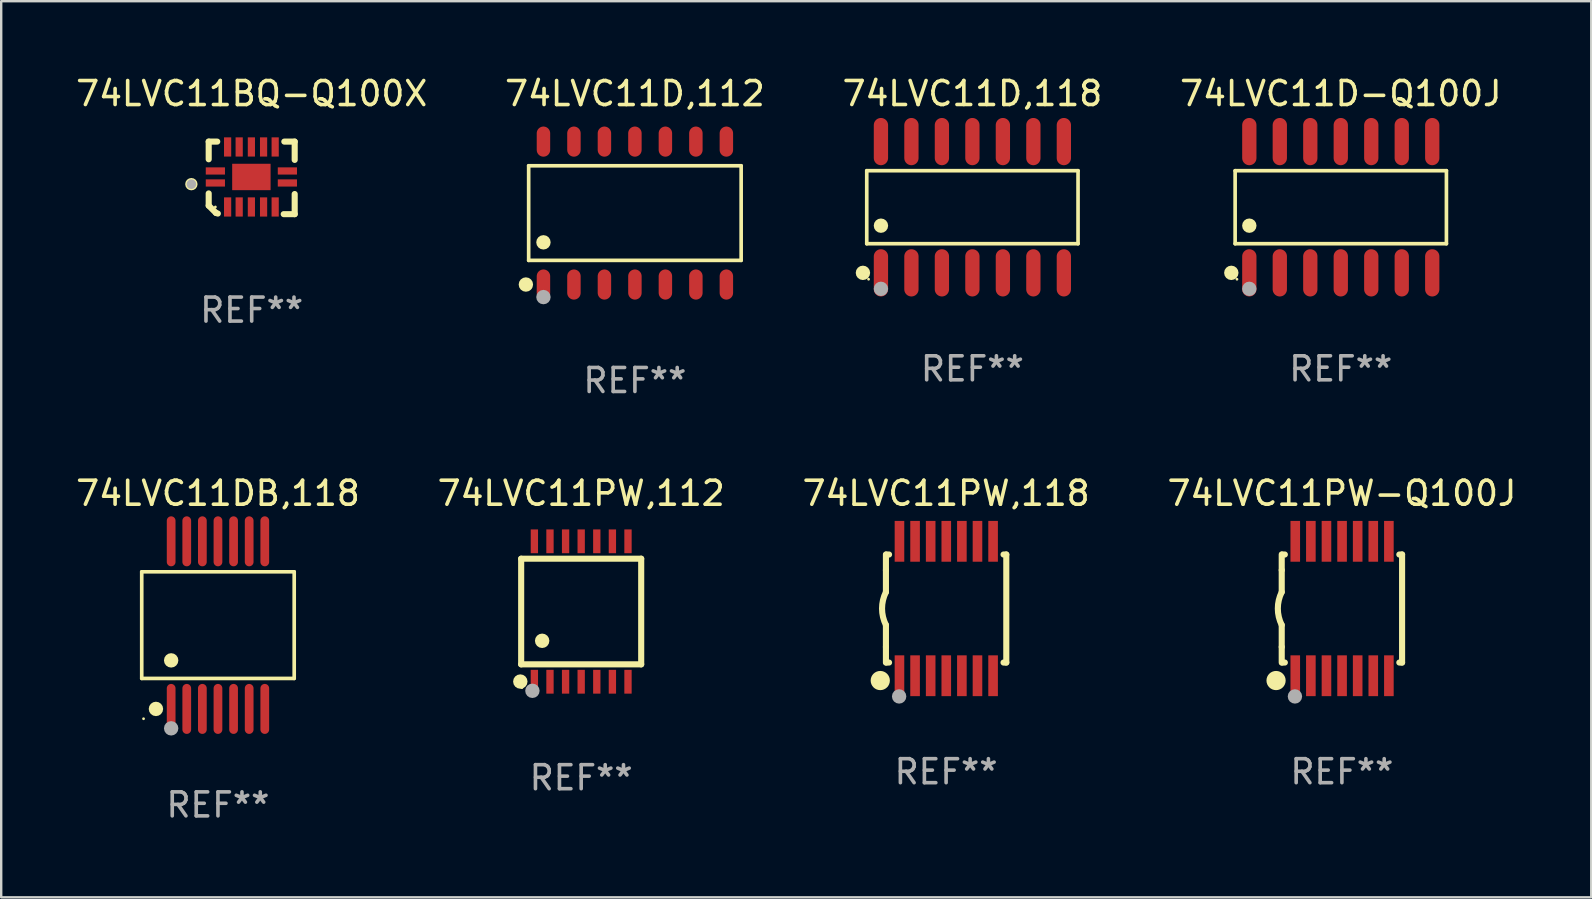
<source format=kicad_pcb>
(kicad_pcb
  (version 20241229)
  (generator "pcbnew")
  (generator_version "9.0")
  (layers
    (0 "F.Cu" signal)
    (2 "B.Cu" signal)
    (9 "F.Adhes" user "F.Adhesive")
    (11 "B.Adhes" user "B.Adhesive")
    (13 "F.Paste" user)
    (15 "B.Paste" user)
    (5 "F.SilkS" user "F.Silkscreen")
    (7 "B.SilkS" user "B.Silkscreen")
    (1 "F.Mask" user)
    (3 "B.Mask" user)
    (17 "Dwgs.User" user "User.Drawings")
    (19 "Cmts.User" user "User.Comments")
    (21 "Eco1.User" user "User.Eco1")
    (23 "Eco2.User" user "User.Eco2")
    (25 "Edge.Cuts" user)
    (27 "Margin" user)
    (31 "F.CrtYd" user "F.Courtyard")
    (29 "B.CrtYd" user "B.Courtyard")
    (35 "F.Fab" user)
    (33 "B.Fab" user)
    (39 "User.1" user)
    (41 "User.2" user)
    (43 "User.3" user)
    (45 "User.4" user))
  (footprint "74LVC11PW,112"
    (layer "F.Cu")
    (at 21.161 22.425)
    (property "Reference" "74LVC11PW,112" (at 0 -4.925 0) (layer "F.SilkS") (effects (font (size 1 1) (thickness 0.15))))
    (attr through_hole)
    (fp_line (start -2.5 2.2) (end -2.5 -2.2) (stroke (width 0.254) (type solid)) (layer "F.SilkS"))
    (fp_line (start -2.5 2.2) (end 2.5 2.2) (stroke (width 0.254) (type solid)) (layer "F.SilkS"))
    (fp_line (start 2.5 -2.2) (end -2.5 -2.2) (stroke (width 0.254) (type solid)) (layer "F.SilkS"))
    (fp_line (start 2.5 -2.2) (end 2.5 2.2) (stroke (width 0.254) (type solid)) (layer "F.SilkS"))
    (fp_circle (center -2.536 2.917) (end -2.386 2.917) (stroke (width 0.3) (type solid)) (fill no) (layer "F.SilkS"))
    (fp_circle (center -2.47 3.17) (end -2.44 3.17) (stroke (width 0.06) (type solid)) (fill no) (layer "F.SilkS"))
    (fp_circle (center -1.626 1.219) (end -1.475 1.219) (stroke (width 0.3) (type solid)) (fill no) (layer "F.SilkS"))
    (fp_circle (center -2.032 3.302) (end -1.882 3.302) (stroke (width 0.3) (type solid)) (fill no) (layer "F.Fab"))
    (fp_text user "REF**" (at 0 6.925 0) (layer "F.Fab") (effects (font (size 1 1) (thickness 0.15))))
    (pad "1" smd rect (at -1.95 2.925) (size 0.305 0.991) (layers "F.Cu" "F.Mask" "F.Paste"))
    (pad "2" smd rect (at -1.3 2.925) (size 0.305 0.991) (layers "F.Cu" "F.Mask" "F.Paste"))
    (pad "3" smd rect (at -0.65 2.925) (size 0.305 0.991) (layers "F.Cu" "F.Mask" "F.Paste"))
    (pad "4" smd rect (at 0 2.925) (size 0.305 0.991) (layers "F.Cu" "F.Mask" "F.Paste"))
    (pad "5" smd rect (at 0.65 2.925) (size 0.305 0.991) (layers "F.Cu" "F.Mask" "F.Paste"))
    (pad "6" smd rect (at 1.3 2.925) (size 0.305 0.991) (layers "F.Cu" "F.Mask" "F.Paste"))
    (pad "7" smd rect (at 1.95 2.925) (size 0.305 0.991) (layers "F.Cu" "F.Mask" "F.Paste"))
    (pad "8" smd rect (at 1.95 -2.925) (size 0.305 0.991) (layers "F.Cu" "F.Mask" "F.Paste"))
    (pad "9" smd rect (at 1.3 -2.925) (size 0.305 0.991) (layers "F.Cu" "F.Mask" "F.Paste"))
    (pad "10" smd rect (at 0.65 -2.925) (size 0.305 0.991) (layers "F.Cu" "F.Mask" "F.Paste"))
    (pad "11" smd rect (at 0 -2.925) (size 0.305 0.991) (layers "F.Cu" "F.Mask" "F.Paste"))
    (pad "12" smd rect (at -0.65 -2.925) (size 0.305 0.991) (layers "F.Cu" "F.Mask" "F.Paste"))
    (pad "13" smd rect (at -1.3 -2.925) (size 0.305 0.991) (layers "F.Cu" "F.Mask" "F.Paste"))
    (pad "14" smd rect (at -1.95 -2.925) (size 0.305 0.991) (layers "F.Cu" "F.Mask" "F.Paste")))
  (footprint "74LVC11PW-Q100J"
    (layer "F.Cu")
    (at 52.851 22.3)
    (property "Reference" "74LVC11PW-Q100J" (at 0 -4.8 0) (layer "F.SilkS") (effects (font (size 1 1) (thickness 0.15))))
    (attr through_hole)
    (fp_line (start -2.507 -1.6) (end -2.507 -2.25) (stroke (width 0.254) (type solid)) (layer "F.SilkS"))
    (fp_line (start -2.507 -0.686) (end -2.507 -1.6) (stroke (width 0.254) (type solid)) (layer "F.SilkS"))
    (fp_line (start -2.507 1.6) (end -2.507 0.686) (stroke (width 0.254) (type solid)) (layer "F.SilkS"))
    (fp_line (start -2.507 1.6) (end -2.507 2.25) (stroke (width 0.254) (type solid)) (layer "F.SilkS"))
    (fp_line (start -2.493 -2.25) (end -2.377 -2.25) (stroke (width 0.254) (type solid)) (layer "F.SilkS"))
    (fp_line (start -2.377 2.25) (end -2.493 2.25) (stroke (width 0.254) (type solid)) (layer "F.SilkS"))
    (fp_line (start 2.392 -2.25) (end 2.507 -2.25) (stroke (width 0.254) (type solid)) (layer "F.SilkS"))
    (fp_line (start 2.507 -2.25) (end 2.507 2.25) (stroke (width 0.254) (type solid)) (layer "F.SilkS"))
    (fp_line (start 2.507 2.25) (end 2.392 2.25) (stroke (width 0.254) (type solid)) (layer "F.SilkS"))
    (fp_arc (start -2.507303 0.685802) (mid -2.669199 0) (end -2.507303 -0.685801) (stroke (width 0.254001) (type solid)) (layer "F.SilkS"))
    (fp_circle (center -2.743 3) (end -2.543 3) (stroke (width 0.4) (type solid)) (fill no) (layer "F.SilkS"))
    (fp_circle (center -2.493 3.2) (end -2.463 3.2) (stroke (width 0.06) (type solid)) (fill no) (layer "F.SilkS"))
    (fp_circle (center -1.957 3.662) (end -1.807 3.662) (stroke (width 0.3) (type solid)) (fill no) (layer "F.Fab"))
    (fp_text user "REF**" (at 0 6.8 0) (layer "F.Fab") (effects (font (size 1 1) (thickness 0.15))))
    (pad "1" smd rect (at -1.943 2.8) (size 0.4 1.7) (layers "F.Cu" "F.Mask" "F.Paste"))
    (pad "2" smd rect (at -1.293 2.8) (size 0.4 1.7) (layers "F.Cu" "F.Mask" "F.Paste"))
    (pad "3" smd rect (at -0.643 2.8) (size 0.4 1.7) (layers "F.Cu" "F.Mask" "F.Paste"))
    (pad "4" smd rect (at 0.007 2.8) (size 0.4 1.7) (layers "F.Cu" "F.Mask" "F.Paste"))
    (pad "5" smd rect (at 0.657 2.8) (size 0.4 1.7) (layers "F.Cu" "F.Mask" "F.Paste"))
    (pad "6" smd rect (at 1.307 2.8) (size 0.4 1.7) (layers "F.Cu" "F.Mask" "F.Paste"))
    (pad "7" smd rect (at 1.957 2.8) (size 0.4 1.7) (layers "F.Cu" "F.Mask" "F.Paste"))
    (pad "8" smd rect (at 1.957 -2.8) (size 0.4 1.7) (layers "F.Cu" "F.Mask" "F.Paste"))
    (pad "9" smd rect (at 1.307 -2.8) (size 0.4 1.7) (layers "F.Cu" "F.Mask" "F.Paste"))
    (pad "10" smd rect (at 0.657 -2.8) (size 0.4 1.7) (layers "F.Cu" "F.Mask" "F.Paste"))
    (pad "11" smd rect (at 0.007 -2.8) (size 0.4 1.7) (layers "F.Cu" "F.Mask" "F.Paste"))
    (pad "12" smd rect (at -0.643 -2.8) (size 0.4 1.7) (layers "F.Cu" "F.Mask" "F.Paste"))
    (pad "13" smd rect (at -1.293 -2.8) (size 0.4 1.7) (layers "F.Cu" "F.Mask" "F.Paste"))
    (pad "14" smd rect (at -1.943 -2.8) (size 0.4 1.7) (layers "F.Cu" "F.Mask" "F.Paste")))
  (footprint "74LVC11PW,118"
    (layer "F.Cu")
    (at 36.363 22.3)
    (property "Reference" "74LVC11PW,118" (at 0 -4.8 0) (layer "F.SilkS") (effects (font (size 1 1) (thickness 0.15))))
    (attr through_hole)
    (fp_line (start -2.507 -1.6) (end -2.507 -2.25) (stroke (width 0.254) (type solid)) (layer "F.SilkS"))
    (fp_line (start -2.507 -0.686) (end -2.507 -1.6) (stroke (width 0.254) (type solid)) (layer "F.SilkS"))
    (fp_line (start -2.507 1.6) (end -2.507 0.686) (stroke (width 0.254) (type solid)) (layer "F.SilkS"))
    (fp_line (start -2.507 1.6) (end -2.507 2.25) (stroke (width 0.254) (type solid)) (layer "F.SilkS"))
    (fp_line (start -2.493 -2.25) (end -2.377 -2.25) (stroke (width 0.254) (type solid)) (layer "F.SilkS"))
    (fp_line (start -2.377 2.25) (end -2.493 2.25) (stroke (width 0.254) (type solid)) (layer "F.SilkS"))
    (fp_line (start 2.392 -2.25) (end 2.507 -2.25) (stroke (width 0.254) (type solid)) (layer "F.SilkS"))
    (fp_line (start 2.507 -2.25) (end 2.507 2.25) (stroke (width 0.254) (type solid)) (layer "F.SilkS"))
    (fp_line (start 2.507 2.25) (end 2.392 2.25) (stroke (width 0.254) (type solid)) (layer "F.SilkS"))
    (fp_arc (start -2.507303 0.685802) (mid -2.669199 0) (end -2.507303 -0.685801) (stroke (width 0.254001) (type solid)) (layer "F.SilkS"))
    (fp_circle (center -2.743 3) (end -2.543 3) (stroke (width 0.4) (type solid)) (fill no) (layer "F.SilkS"))
    (fp_circle (center -2.493 3.2) (end -2.463 3.2) (stroke (width 0.06) (type solid)) (fill no) (layer "F.SilkS"))
    (fp_circle (center -1.957 3.662) (end -1.807 3.662) (stroke (width 0.3) (type solid)) (fill no) (layer "F.Fab"))
    (fp_text user "REF**" (at 0 6.8 0) (layer "F.Fab") (effects (font (size 1 1) (thickness 0.15))))
    (pad "1" smd rect (at -1.943 2.8) (size 0.4 1.7) (layers "F.Cu" "F.Mask" "F.Paste"))
    (pad "2" smd rect (at -1.293 2.8) (size 0.4 1.7) (layers "F.Cu" "F.Mask" "F.Paste"))
    (pad "3" smd rect (at -0.643 2.8) (size 0.4 1.7) (layers "F.Cu" "F.Mask" "F.Paste"))
    (pad "4" smd rect (at 0.007 2.8) (size 0.4 1.7) (layers "F.Cu" "F.Mask" "F.Paste"))
    (pad "5" smd rect (at 0.657 2.8) (size 0.4 1.7) (layers "F.Cu" "F.Mask" "F.Paste"))
    (pad "6" smd rect (at 1.307 2.8) (size 0.4 1.7) (layers "F.Cu" "F.Mask" "F.Paste"))
    (pad "7" smd rect (at 1.957 2.8) (size 0.4 1.7) (layers "F.Cu" "F.Mask" "F.Paste"))
    (pad "8" smd rect (at 1.957 -2.8) (size 0.4 1.7) (layers "F.Cu" "F.Mask" "F.Paste"))
    (pad "9" smd rect (at 1.307 -2.8) (size 0.4 1.7) (layers "F.Cu" "F.Mask" "F.Paste"))
    (pad "10" smd rect (at 0.657 -2.8) (size 0.4 1.7) (layers "F.Cu" "F.Mask" "F.Paste"))
    (pad "11" smd rect (at 0.007 -2.8) (size 0.4 1.7) (layers "F.Cu" "F.Mask" "F.Paste"))
    (pad "12" smd rect (at -0.643 -2.8) (size 0.4 1.7) (layers "F.Cu" "F.Mask" "F.Paste"))
    (pad "13" smd rect (at -1.293 -2.8) (size 0.4 1.7) (layers "F.Cu" "F.Mask" "F.Paste"))
    (pad "14" smd rect (at -1.943 -2.8) (size 0.4 1.7) (layers "F.Cu" "F.Mask" "F.Paste")))
  (footprint "74LVC11D-Q100J"
    (layer "F.Cu")
    (at 52.804 5.582)
    (property "Reference" "74LVC11D-Q100J" (at 0 -4.734 0) (layer "F.SilkS") (effects (font (size 1 1) (thickness 0.15))))
    (attr through_hole)
    (fp_line (start -4.401 -1.521) (end 4.401 -1.521) (stroke (width 0.152) (type solid)) (layer "F.SilkS"))
    (fp_line (start -4.401 1.521) (end -4.401 -1.521) (stroke (width 0.152) (type solid)) (layer "F.SilkS"))
    (fp_line (start 4.401 -1.521) (end 4.401 1.521) (stroke (width 0.152) (type solid)) (layer "F.SilkS"))
    (fp_line (start 4.401 1.521) (end -4.401 1.521) (stroke (width 0.152) (type solid)) (layer "F.SilkS"))
    (fp_circle (center -4.56 2.734) (end -4.41 2.734) (stroke (width 0.3) (type solid)) (fill no) (layer "F.SilkS"))
    (fp_circle (center -4.325 3) (end -4.295 3) (stroke (width 0.06) (type solid)) (fill no) (layer "F.SilkS"))
    (fp_circle (center -3.81 0.769) (end -3.66 0.769) (stroke (width 0.3) (type solid)) (fill no) (layer "F.SilkS"))
    (fp_circle (center -3.81 3.4) (end -3.66 3.4) (stroke (width 0.3) (type solid)) (fill no) (layer "F.Fab"))
    (fp_text user "REF**" (at 0 6.734 0) (layer "F.Fab") (effects (font (size 1 1) (thickness 0.15))))
    (pad "1" smd oval (at -3.81 2.734) (size 0.595 1.968) (layers "F.Cu" "F.Mask" "F.Paste"))
    (pad "2" smd oval (at -2.54 2.734) (size 0.595 1.968) (layers "F.Cu" "F.Mask" "F.Paste"))
    (pad "3" smd oval (at -1.27 2.734) (size 0.595 1.968) (layers "F.Cu" "F.Mask" "F.Paste"))
    (pad "4" smd oval (at 0 2.734) (size 0.595 1.968) (layers "F.Cu" "F.Mask" "F.Paste"))
    (pad "5" smd oval (at 1.27 2.734) (size 0.595 1.968) (layers "F.Cu" "F.Mask" "F.Paste"))
    (pad "6" smd oval (at 2.54 2.734) (size 0.595 1.968) (layers "F.Cu" "F.Mask" "F.Paste"))
    (pad "7" smd oval (at 3.81 2.734) (size 0.595 1.968) (layers "F.Cu" "F.Mask" "F.Paste"))
    (pad "8" smd oval (at 3.81 -2.734) (size 0.595 1.968) (layers "F.Cu" "F.Mask" "F.Paste"))
    (pad "9" smd oval (at 2.54 -2.734) (size 0.595 1.968) (layers "F.Cu" "F.Mask" "F.Paste"))
    (pad "10" smd oval (at 1.27 -2.734) (size 0.595 1.968) (layers "F.Cu" "F.Mask" "F.Paste"))
    (pad "11" smd oval (at 0 -2.734) (size 0.595 1.968) (layers "F.Cu" "F.Mask" "F.Paste"))
    (pad "12" smd oval (at -1.27 -2.734) (size 0.595 1.968) (layers "F.Cu" "F.Mask" "F.Paste"))
    (pad "13" smd oval (at -2.54 -2.734) (size 0.595 1.968) (layers "F.Cu" "F.Mask" "F.Paste"))
    (pad "14" smd oval (at -3.81 -2.734) (size 0.595 1.968) (layers "F.Cu" "F.Mask" "F.Paste")))
  (footprint "74LVC11BQ-Q100X"
    (layer "F.Cu")
    (at 7.435 4.36)
    (property "Reference" "74LVC11BQ-Q100X" (at 0 -3.511 0) (layer "F.SilkS") (effects (font (size 1 1) (thickness 0.15))))
    (attr through_hole)
    (fp_line (start -1.791 -1.511) (end -1.435 -1.511) (stroke (width 0.254) (type solid)) (layer "F.SilkS"))
    (fp_line (start -1.791 -0.775) (end -1.791 -1.511) (stroke (width 0.254) (type solid)) (layer "F.SilkS"))
    (fp_line (start -1.791 1.156) (end -1.791 0.648) (stroke (width 0.254) (type solid)) (layer "F.SilkS"))
    (fp_line (start -1.486 1.461) (end -1.791 1.156) (stroke (width 0.254) (type solid)) (layer "F.SilkS"))
    (fp_line (start -1.41 1.486) (end -1.486 1.461) (stroke (width 0.254) (type solid)) (layer "F.SilkS"))
    (fp_line (start 1.334 1.511) (end 1.791 1.511) (stroke (width 0.254) (type solid)) (layer "F.SilkS"))
    (fp_line (start 1.791 -1.511) (end 1.359 -1.511) (stroke (width 0.254) (type solid)) (layer "F.SilkS"))
    (fp_line (start 1.791 -0.749) (end 1.791 -1.511) (stroke (width 0.254) (type solid)) (layer "F.SilkS"))
    (fp_line (start 1.791 1.511) (end 1.791 0.673) (stroke (width 0.254) (type solid)) (layer "F.SilkS"))
    (fp_circle (center -2.513 0.262) (end -2.383 0.262) (stroke (width 0.254) (type solid)) (fill no) (layer "F.SilkS"))
    (fp_circle (center -1.513 1.212) (end -1.483 1.212) (stroke (width 0.06) (type solid)) (fill no) (layer "F.SilkS"))
    (fp_circle (center -2.513 0.262) (end -2.413 0.262) (stroke (width 0.2) (type solid)) (fill no) (layer "F.Fab"))
    (fp_text user "REF**" (at 0 5.511 0) (layer "F.Fab") (effects (font (size 1 1) (thickness 0.15))))
    (pad "1" smd rect (at -1.513 0.212) (size 0.8 0.3) (layers "F.Cu" "F.Mask" "F.Paste"))
    (pad "2" smd rect (at -1.003 1.212) (size 0.3 0.8) (layers "F.Cu" "F.Mask" "F.Paste"))
    (pad "3" smd rect (at -0.521 1.212) (size 0.3 0.8) (layers "F.Cu" "F.Mask" "F.Paste"))
    (pad "4" smd rect (at -0.013 1.212) (size 0.3 0.8) (layers "F.Cu" "F.Mask" "F.Paste"))
    (pad "5" smd rect (at 0.495 1.212) (size 0.3 0.8) (layers "F.Cu" "F.Mask" "F.Paste"))
    (pad "6" smd rect (at 0.978 1.212) (size 0.3 0.8) (layers "F.Cu" "F.Mask" "F.Paste"))
    (pad "7" smd rect (at 1.487 0.212) (size 0.8 0.3) (layers "F.Cu" "F.Mask" "F.Paste"))
    (pad "8" smd rect (at 1.487 -0.288) (size 0.8 0.3) (layers "F.Cu" "F.Mask" "F.Paste"))
    (pad "9" smd rect (at 0.978 -1.288) (size 0.3 0.8) (layers "F.Cu" "F.Mask" "F.Paste"))
    (pad "10" smd rect (at 0.495 -1.288) (size 0.3 0.8) (layers "F.Cu" "F.Mask" "F.Paste"))
    (pad "11" smd rect (at -0.013 -1.288) (size 0.3 0.8) (layers "F.Cu" "F.Mask" "F.Paste"))
    (pad "12" smd rect (at -0.521 -1.288) (size 0.3 0.8) (layers "F.Cu" "F.Mask" "F.Paste"))
    (pad "13" smd rect (at -1.003 -1.288) (size 0.3 0.8) (layers "F.Cu" "F.Mask" "F.Paste"))
    (pad "14" smd rect (at -1.513 -0.288) (size 0.8 0.3) (layers "F.Cu" "F.Mask" "F.Paste"))
    (pad "15" smd rect (at -0.013 -0.038 90) (size 1.1 1.6) (layers "F.Cu" "F.Mask" "F.Paste")))
  (footprint "74LVC11D,118"
    (layer "F.Cu")
    (at 37.458 5.582)
    (property "Reference" "74LVC11D,118" (at 0 -4.734 0) (layer "F.SilkS") (effects (font (size 1 1) (thickness 0.15))))
    (attr through_hole)
    (fp_line (start -4.401 -1.521) (end 4.401 -1.521) (stroke (width 0.152) (type solid)) (layer "F.SilkS"))
    (fp_line (start -4.401 1.521) (end -4.401 -1.521) (stroke (width 0.152) (type solid)) (layer "F.SilkS"))
    (fp_line (start 4.401 -1.521) (end 4.401 1.521) (stroke (width 0.152) (type solid)) (layer "F.SilkS"))
    (fp_line (start 4.401 1.521) (end -4.401 1.521) (stroke (width 0.152) (type solid)) (layer "F.SilkS"))
    (fp_circle (center -4.56 2.734) (end -4.41 2.734) (stroke (width 0.3) (type solid)) (fill no) (layer "F.SilkS"))
    (fp_circle (center -4.325 3) (end -4.295 3) (stroke (width 0.06) (type solid)) (fill no) (layer "F.SilkS"))
    (fp_circle (center -3.81 0.769) (end -3.66 0.769) (stroke (width 0.3) (type solid)) (fill no) (layer "F.SilkS"))
    (fp_circle (center -3.81 3.4) (end -3.66 3.4) (stroke (width 0.3) (type solid)) (fill no) (layer "F.Fab"))
    (fp_text user "REF**" (at 0 6.734 0) (layer "F.Fab") (effects (font (size 1 1) (thickness 0.15))))
    (pad "1" smd oval (at -3.81 2.734) (size 0.595 1.968) (layers "F.Cu" "F.Mask" "F.Paste"))
    (pad "2" smd oval (at -2.54 2.734) (size 0.595 1.968) (layers "F.Cu" "F.Mask" "F.Paste"))
    (pad "3" smd oval (at -1.27 2.734) (size 0.595 1.968) (layers "F.Cu" "F.Mask" "F.Paste"))
    (pad "4" smd oval (at 0 2.734) (size 0.595 1.968) (layers "F.Cu" "F.Mask" "F.Paste"))
    (pad "5" smd oval (at 1.27 2.734) (size 0.595 1.968) (layers "F.Cu" "F.Mask" "F.Paste"))
    (pad "6" smd oval (at 2.54 2.734) (size 0.595 1.968) (layers "F.Cu" "F.Mask" "F.Paste"))
    (pad "7" smd oval (at 3.81 2.734) (size 0.595 1.968) (layers "F.Cu" "F.Mask" "F.Paste"))
    (pad "8" smd oval (at 3.81 -2.734) (size 0.595 1.968) (layers "F.Cu" "F.Mask" "F.Paste"))
    (pad "9" smd oval (at 2.54 -2.734) (size 0.595 1.968) (layers "F.Cu" "F.Mask" "F.Paste"))
    (pad "10" smd oval (at 1.27 -2.734) (size 0.595 1.968) (layers "F.Cu" "F.Mask" "F.Paste"))
    (pad "11" smd oval (at 0 -2.734) (size 0.595 1.968) (layers "F.Cu" "F.Mask" "F.Paste"))
    (pad "12" smd oval (at -1.27 -2.734) (size 0.595 1.968) (layers "F.Cu" "F.Mask" "F.Paste"))
    (pad "13" smd oval (at -2.54 -2.734) (size 0.595 1.968) (layers "F.Cu" "F.Mask" "F.Paste"))
    (pad "14" smd oval (at -3.81 -2.734) (size 0.595 1.968) (layers "F.Cu" "F.Mask" "F.Paste")))
  (footprint "74LVC11D,112"
    (layer "F.Cu")
    (at 23.399 5.826)
    (property "Reference" "74LVC11D,112" (at 0 -4.977 0) (layer "F.SilkS") (effects (font (size 1 1) (thickness 0.15))))
    (attr through_hole)
    (fp_line (start -4.426 -1.971) (end 4.426 -1.971) (stroke (width 0.152) (type solid)) (layer "F.SilkS"))
    (fp_line (start -4.426 1.971) (end -4.426 -1.971) (stroke (width 0.152) (type solid)) (layer "F.SilkS"))
    (fp_line (start 4.426 -1.971) (end 4.426 1.971) (stroke (width 0.152) (type solid)) (layer "F.SilkS"))
    (fp_line (start 4.426 1.971) (end -4.426 1.971) (stroke (width 0.152) (type solid)) (layer "F.SilkS"))
    (fp_circle (center -4.542 2.977) (end -4.392 2.977) (stroke (width 0.3) (type solid)) (fill no) (layer "F.SilkS"))
    (fp_circle (center -4.35 3.1) (end -4.32 3.1) (stroke (width 0.06) (type solid)) (fill no) (layer "F.SilkS"))
    (fp_circle (center -3.81 1.219) (end -3.66 1.219) (stroke (width 0.3) (type solid)) (fill no) (layer "F.SilkS"))
    (fp_circle (center -3.81 3.5) (end -3.66 3.5) (stroke (width 0.3) (type solid)) (fill no) (layer "F.Fab"))
    (fp_text user "REF**" (at 0 6.977 0) (layer "F.Fab") (effects (font (size 1 1) (thickness 0.15))))
    (pad "1" smd oval (at -3.81 2.977) (size 0.56 1.255) (layers "F.Cu" "F.Mask" "F.Paste"))
    (pad "2" smd oval (at -2.54 2.977) (size 0.56 1.255) (layers "F.Cu" "F.Mask" "F.Paste"))
    (pad "3" smd oval (at -1.27 2.977) (size 0.56 1.255) (layers "F.Cu" "F.Mask" "F.Paste"))
    (pad "4" smd oval (at 0 2.977) (size 0.56 1.255) (layers "F.Cu" "F.Mask" "F.Paste"))
    (pad "5" smd oval (at 1.27 2.977) (size 0.56 1.255) (layers "F.Cu" "F.Mask" "F.Paste"))
    (pad "6" smd oval (at 2.54 2.977) (size 0.56 1.255) (layers "F.Cu" "F.Mask" "F.Paste"))
    (pad "7" smd oval (at 3.81 2.977) (size 0.56 1.255) (layers "F.Cu" "F.Mask" "F.Paste"))
    (pad "8" smd oval (at 3.81 -2.977) (size 0.56 1.255) (layers "F.Cu" "F.Mask" "F.Paste"))
    (pad "9" smd oval (at 2.54 -2.977) (size 0.56 1.255) (layers "F.Cu" "F.Mask" "F.Paste"))
    (pad "10" smd oval (at 1.27 -2.977) (size 0.56 1.255) (layers "F.Cu" "F.Mask" "F.Paste"))
    (pad "11" smd oval (at 0 -2.977) (size 0.56 1.255) (layers "F.Cu" "F.Mask" "F.Paste"))
    (pad "12" smd oval (at -1.27 -2.977) (size 0.56 1.255) (layers "F.Cu" "F.Mask" "F.Paste"))
    (pad "13" smd oval (at -2.54 -2.977) (size 0.56 1.255) (layers "F.Cu" "F.Mask" "F.Paste"))
    (pad "14" smd oval (at -3.81 -2.977) (size 0.56 1.255) (layers "F.Cu" "F.Mask" "F.Paste")))
  (footprint "74LVC11DB,118"
    (layer "F.Cu")
    (at 6.03 22.991)
    (property "Reference" "74LVC11DB,118" (at 0 -5.491 0) (layer "F.SilkS") (effects (font (size 1 1) (thickness 0.15))))
    (attr through_hole)
    (fp_line (start -3.176 -2.221) (end 3.176 -2.221) (stroke (width 0.152) (type solid)) (layer "F.SilkS"))
    (fp_line (start -3.176 2.221) (end -3.176 -2.221) (stroke (width 0.152) (type solid)) (layer "F.SilkS"))
    (fp_line (start 3.176 -2.221) (end 3.176 2.221) (stroke (width 0.152) (type solid)) (layer "F.SilkS"))
    (fp_line (start 3.176 2.221) (end -3.176 2.221) (stroke (width 0.152) (type solid)) (layer "F.SilkS"))
    (fp_circle (center -3.1 3.9) (end -3.07 3.9) (stroke (width 0.06) (type solid)) (fill no) (layer "F.SilkS"))
    (fp_circle (center -2.584 3.491) (end -2.434 3.491) (stroke (width 0.3) (type solid)) (fill no) (layer "F.SilkS"))
    (fp_circle (center -1.95 1.469) (end -1.8 1.469) (stroke (width 0.3) (type solid)) (fill no) (layer "F.SilkS"))
    (fp_circle (center -1.95 4.3) (end -1.8 4.3) (stroke (width 0.3) (type solid)) (fill no) (layer "F.Fab"))
    (fp_text user "REF**" (at 0 7.491 0) (layer "F.Fab") (effects (font (size 1 1) (thickness 0.15))))
    (pad "1" smd oval (at -1.95 3.491) (size 0.364 2.082) (layers "F.Cu" "F.Mask" "F.Paste"))
    (pad "2" smd oval (at -1.3 3.491) (size 0.364 2.082) (layers "F.Cu" "F.Mask" "F.Paste"))
    (pad "3" smd oval (at -0.65 3.491) (size 0.364 2.082) (layers "F.Cu" "F.Mask" "F.Paste"))
    (pad "4" smd oval (at 0 3.491) (size 0.364 2.082) (layers "F.Cu" "F.Mask" "F.Paste"))
    (pad "5" smd oval (at 0.65 3.491) (size 0.364 2.082) (layers "F.Cu" "F.Mask" "F.Paste"))
    (pad "6" smd oval (at 1.3 3.491) (size 0.364 2.082) (layers "F.Cu" "F.Mask" "F.Paste"))
    (pad "7" smd oval (at 1.95 3.491) (size 0.364 2.082) (layers "F.Cu" "F.Mask" "F.Paste"))
    (pad "8" smd oval (at 1.95 -3.491) (size 0.364 2.082) (layers "F.Cu" "F.Mask" "F.Paste"))
    (pad "9" smd oval (at 1.3 -3.491) (size 0.364 2.082) (layers "F.Cu" "F.Mask" "F.Paste"))
    (pad "10" smd oval (at 0.65 -3.491) (size 0.364 2.082) (layers "F.Cu" "F.Mask" "F.Paste"))
    (pad "11" smd oval (at 0 -3.491) (size 0.364 2.082) (layers "F.Cu" "F.Mask" "F.Paste"))
    (pad "12" smd oval (at -0.65 -3.491) (size 0.364 2.082) (layers "F.Cu" "F.Mask" "F.Paste"))
    (pad "13" smd oval (at -1.3 -3.491) (size 0.364 2.082) (layers "F.Cu" "F.Mask" "F.Paste"))
    (pad "14" smd oval (at -1.95 -3.491) (size 0.364 2.082) (layers "F.Cu" "F.Mask" "F.Paste")))
  (gr_rect
    (start -3 -3)
    (end 63.238 34.33)
    (stroke (width 0.1) (type default))
    (fill no)
    (layer "Edge.Cuts")))
</source>
